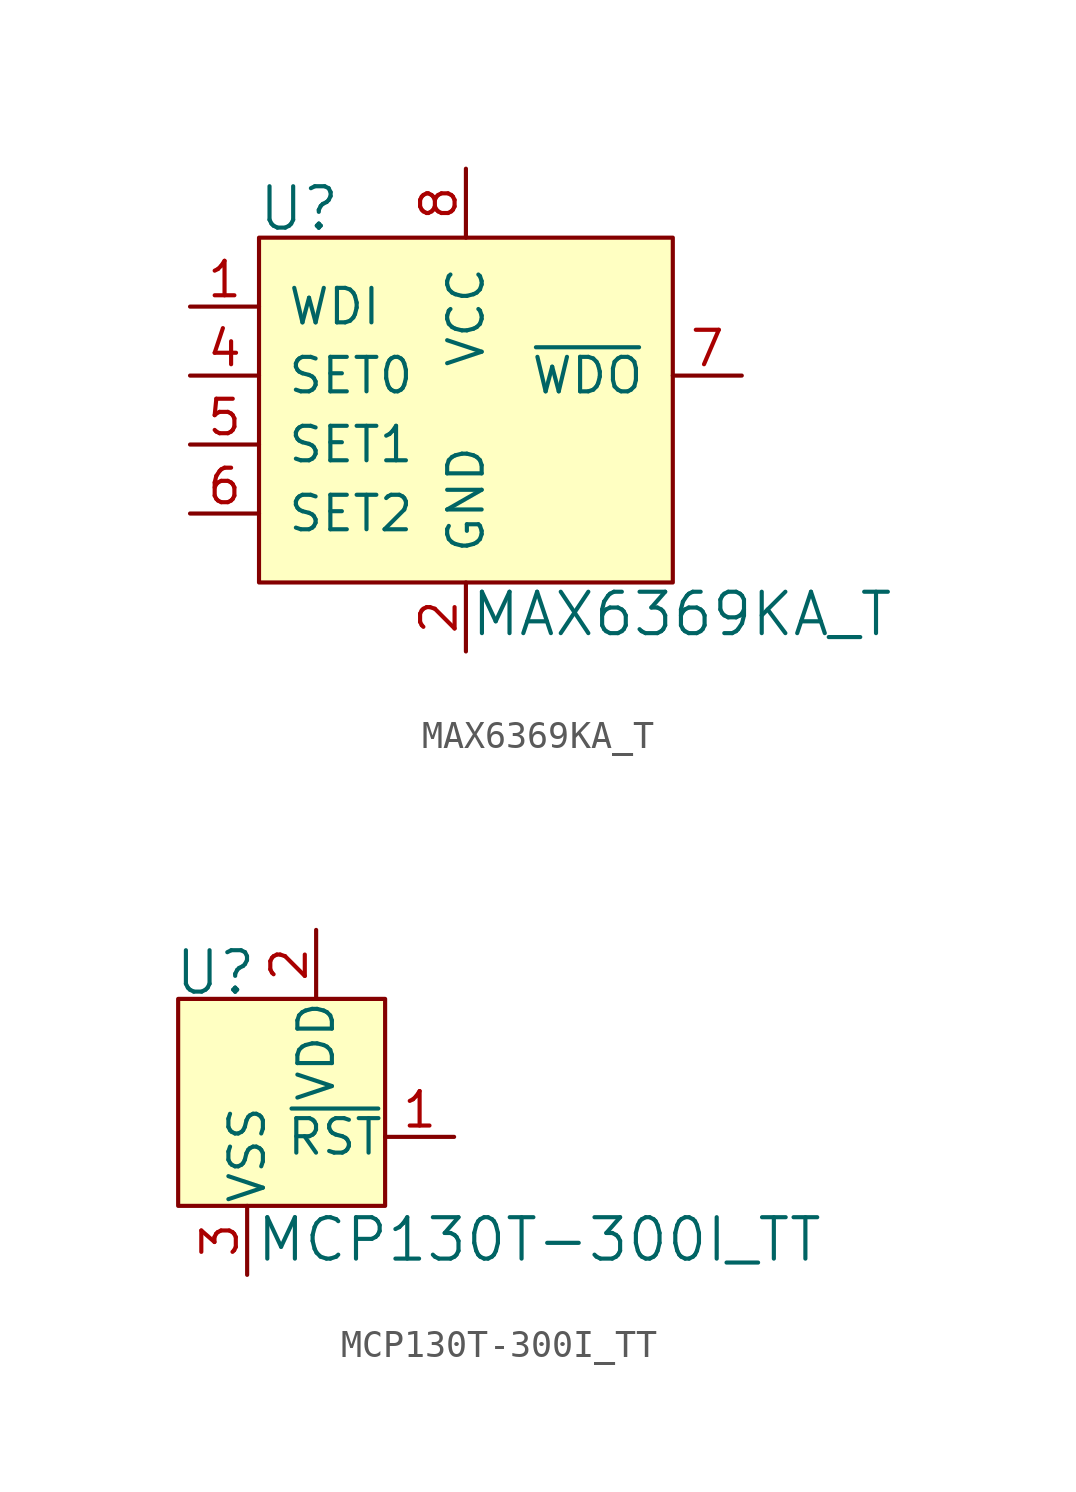
<source format=kicad_sym>
(kicad_symbol_lib
  (version 20220914)
  (generator kicad_symbol_editor)
  (symbol "MAX6369KA_T"
    (pin_names
      (offset 1.016))
    (property "Reference" "U"
      (at -7.696 1.067 0)
      (effects (font (size 1.524 1.524)) (justify left)))
    (property "Value" "MAX6369KA_T"
      (at 0.127 -13.868 0)
      (effects (font (size 1.524 1.524)) (justify left)))
    (symbol "MAX6369KA_T_0_1"
      (rectangle (start -7.62 0) (end 7.62 -12.7) (stroke (width 0) (type default)) (fill (type background))))
    (symbol "MAX6369KA_T_1_1"
      (pin input line (at -10.16 -2.54 0) (length 2.54) (name "WDI" (effects (font (size 1.27 1.27)))) (number "1" (effects (font (size 1.27 1.27)))))
      (pin power_in line (at 0 -15.24 90) (length 2.54) (name "GND" (effects (font (size 1.27 1.27)))) (number "2" (effects (font (size 1.27 1.27)))))
      (pin no_connect line (at 7.62 -7.62 180) (length 2.54) hide (name "NC" (effects (font (size 1.27 1.27)))) (number "3" (effects (font (size 1.27 1.27)))))
      (pin input line (at -10.16 -5.08 0) (length 2.54) (name "SET0" (effects (font (size 1.27 1.27)))) (number "4" (effects (font (size 1.27 1.27)))))
      (pin input line (at -10.16 -7.62 0) (length 2.54) (name "SET1" (effects (font (size 1.27 1.27)))) (number "5" (effects (font (size 1.27 1.27)))))
      (pin input line (at -10.16 -10.16 0) (length 2.54) (name "SET2" (effects (font (size 1.27 1.27)))) (number "6" (effects (font (size 1.27 1.27)))))
      (pin output line (at 10.16 -5.08 180) (length 2.54) (name "~{WDO}" (effects (font (size 1.27 1.27)))) (number "7" (effects (font (size 1.27 1.27)))))
      (pin power_in line (at 0 2.54 270) (length 2.54) (name "VCC" (effects (font (size 1.27 1.27)))) (number "8" (effects (font (size 1.27 1.27)))))))
  (symbol "MCP130T-300I_TT"
    (pin_names
      (offset 0.025))
    (property "Reference" "U"
      (at -2.718 6.045 0)
      (effects (font (size 1.524 1.524)) (justify left)))
    (property "Value" "MCP130T-300I_TT"
      (at 0.279 -3.785 0)
      (effects (font (size 1.524 1.524)) (justify left)))
    (symbol "MCP130T-300I_TT_0_1"
      (rectangle (start 5.08 5.08) (end -2.54 -2.54) (stroke (width 0) (type default)) (fill (type background))))
    (symbol "MCP130T-300I_TT_1_1"
      (pin output line (at 7.62 0 180) (length 2.54) (name "~{RST}" (effects (font (size 1.27 1.27)))) (number "1" (effects (font (size 1.27 1.27)))))
      (pin power_in line (at 2.54 7.62 270) (length 2.54) (name "VDD" (effects (font (size 1.27 1.27)))) (number "2" (effects (font (size 1.27 1.27)))))
      (pin power_in line (at 0 -5.08 90) (length 2.54) (name "VSS" (effects (font (size 1.27 1.27)))) (number "3" (effects (font (size 1.27 1.27))))))))
</source>
